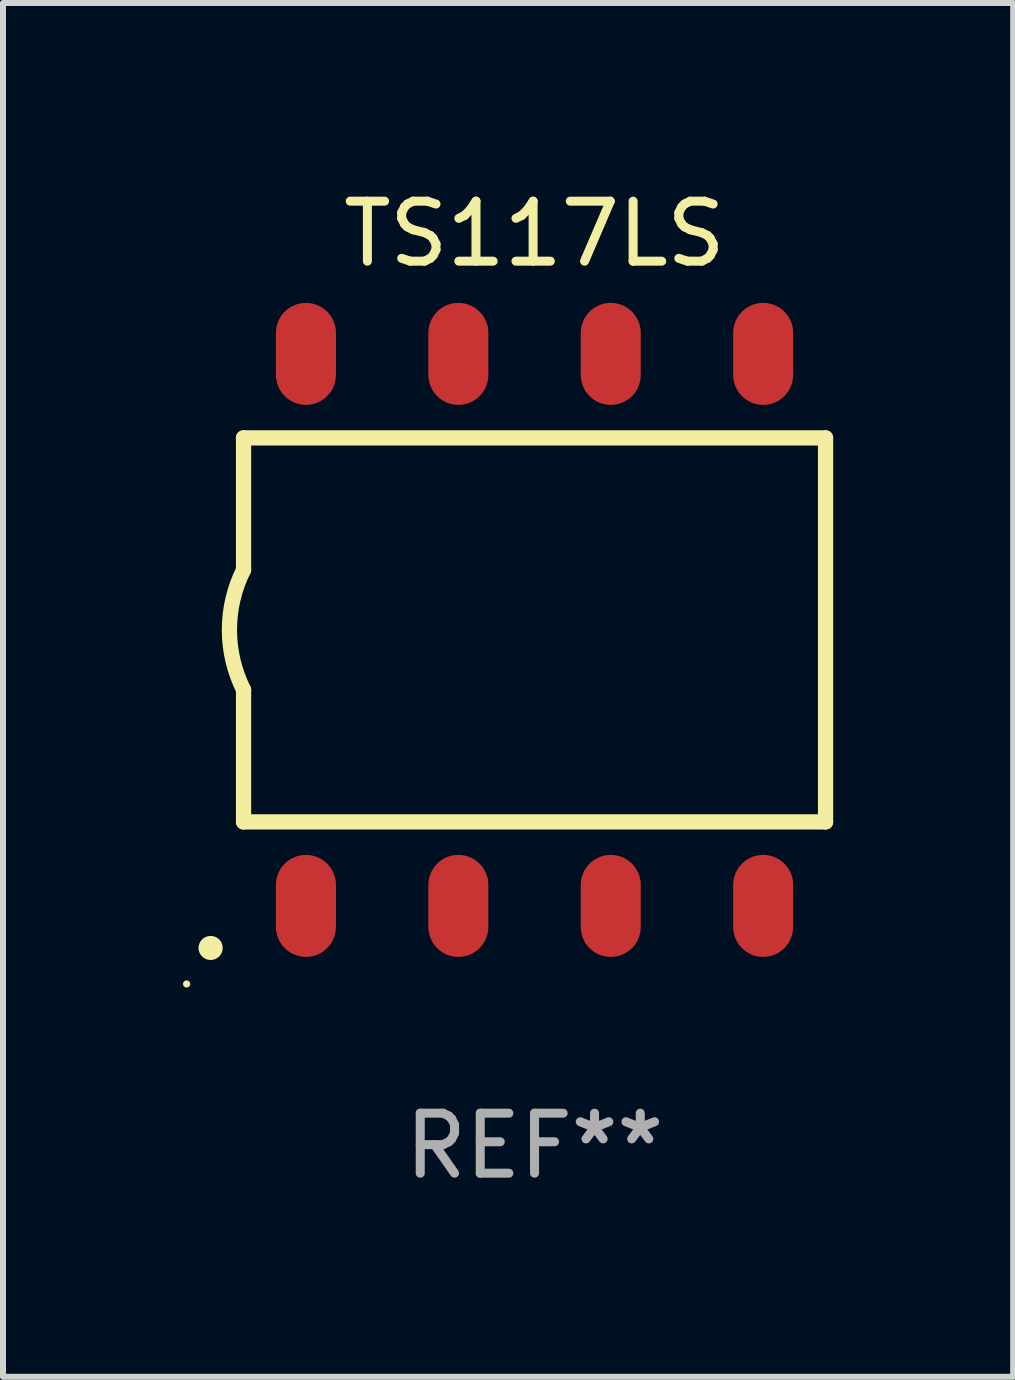
<source format=kicad_pcb>
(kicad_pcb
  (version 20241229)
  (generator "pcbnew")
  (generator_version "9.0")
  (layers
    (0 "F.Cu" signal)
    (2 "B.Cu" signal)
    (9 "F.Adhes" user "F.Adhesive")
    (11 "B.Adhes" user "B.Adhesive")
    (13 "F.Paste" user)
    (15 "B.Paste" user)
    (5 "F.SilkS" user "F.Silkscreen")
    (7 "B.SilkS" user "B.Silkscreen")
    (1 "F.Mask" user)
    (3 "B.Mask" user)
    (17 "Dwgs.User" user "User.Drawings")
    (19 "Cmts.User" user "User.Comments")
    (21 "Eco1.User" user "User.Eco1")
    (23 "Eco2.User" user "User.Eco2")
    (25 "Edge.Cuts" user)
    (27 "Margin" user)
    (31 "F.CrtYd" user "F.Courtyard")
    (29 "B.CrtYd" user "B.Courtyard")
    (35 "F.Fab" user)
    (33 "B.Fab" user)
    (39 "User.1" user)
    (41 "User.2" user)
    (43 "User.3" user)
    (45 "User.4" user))
  (footprint "TS117LS"
    (layer "F.Cu")
    (at 5.859 7.448)
    (property "Reference" "TS117LS" (at 0 -6.6 0) (layer "F.SilkS") (effects (font (size 1 1) (thickness 0.15))))
    (attr through_hole)
    (fp_line (start -4.85 -3.2) (end -4.85 -1) (stroke (width 0.254) (type solid)) (layer "F.SilkS"))
    (fp_line (start -4.85 -3.2) (end 4.85 -3.2) (stroke (width 0.254) (type solid)) (layer "F.SilkS"))
    (fp_line (start -4.85 3.2) (end -4.85 1) (stroke (width 0.254) (type solid)) (layer "F.SilkS"))
    (fp_line (start 4.85 -3.2) (end 4.85 3.2) (stroke (width 0.254) (type solid)) (layer "F.SilkS"))
    (fp_line (start 4.85 3.2) (end -4.85 3.2) (stroke (width 0.254) (type solid)) (layer "F.SilkS"))
    (fp_arc (start -5.400051 5.300991) (mid -5.398781 5.300987) (end -5.397511 5.300991) (stroke (width 0.4) (type solid)) (layer "F.SilkS"))
    (fp_arc (start -4.84887 1.000762) (mid -5.085418 0.000516) (end -4.850013 -1) (stroke (width 0.254001) (type solid)) (layer "F.SilkS"))
    (fp_circle (center -5.799 5.901) (end -5.769 5.901) (stroke (width 0.06) (type solid)) (fill no) (layer "F.SilkS"))
    (fp_text user "REF**" (at 0 8.6 0) (layer "F.Fab") (effects (font (size 1 1) (thickness 0.15))))
    (pad "1" smd oval (at -3.81 4.6) (size 1 1.7) (layers "F.Cu" "F.Mask" "F.Paste"))
    (pad "2" smd oval (at -1.27 4.6) (size 1 1.7) (layers "F.Cu" "F.Mask" "F.Paste"))
    (pad "3" smd oval (at 1.27 4.6) (size 1 1.7) (layers "F.Cu" "F.Mask" "F.Paste"))
    (pad "4" smd oval (at 3.81 4.6) (size 1 1.7) (layers "F.Cu" "F.Mask" "F.Paste"))
    (pad "5" smd oval (at 3.81 -4.6 180) (size 1 1.7) (layers "F.Cu" "F.Mask" "F.Paste"))
    (pad "6" smd oval (at 1.27 -4.6 180) (size 1 1.7) (layers "F.Cu" "F.Mask" "F.Paste"))
    (pad "7" smd oval (at -1.27 -4.6 180) (size 1 1.7) (layers "F.Cu" "F.Mask" "F.Paste"))
    (pad "8" smd oval (at -3.81 -4.6 180) (size 1 1.7) (layers "F.Cu" "F.Mask" "F.Paste")))
  (gr_rect
    (start -3 -3)
    (end 13.836 19.896)
    (stroke (width 0.1) (type default))
    (fill no)
    (layer "Edge.Cuts")))
</source>
